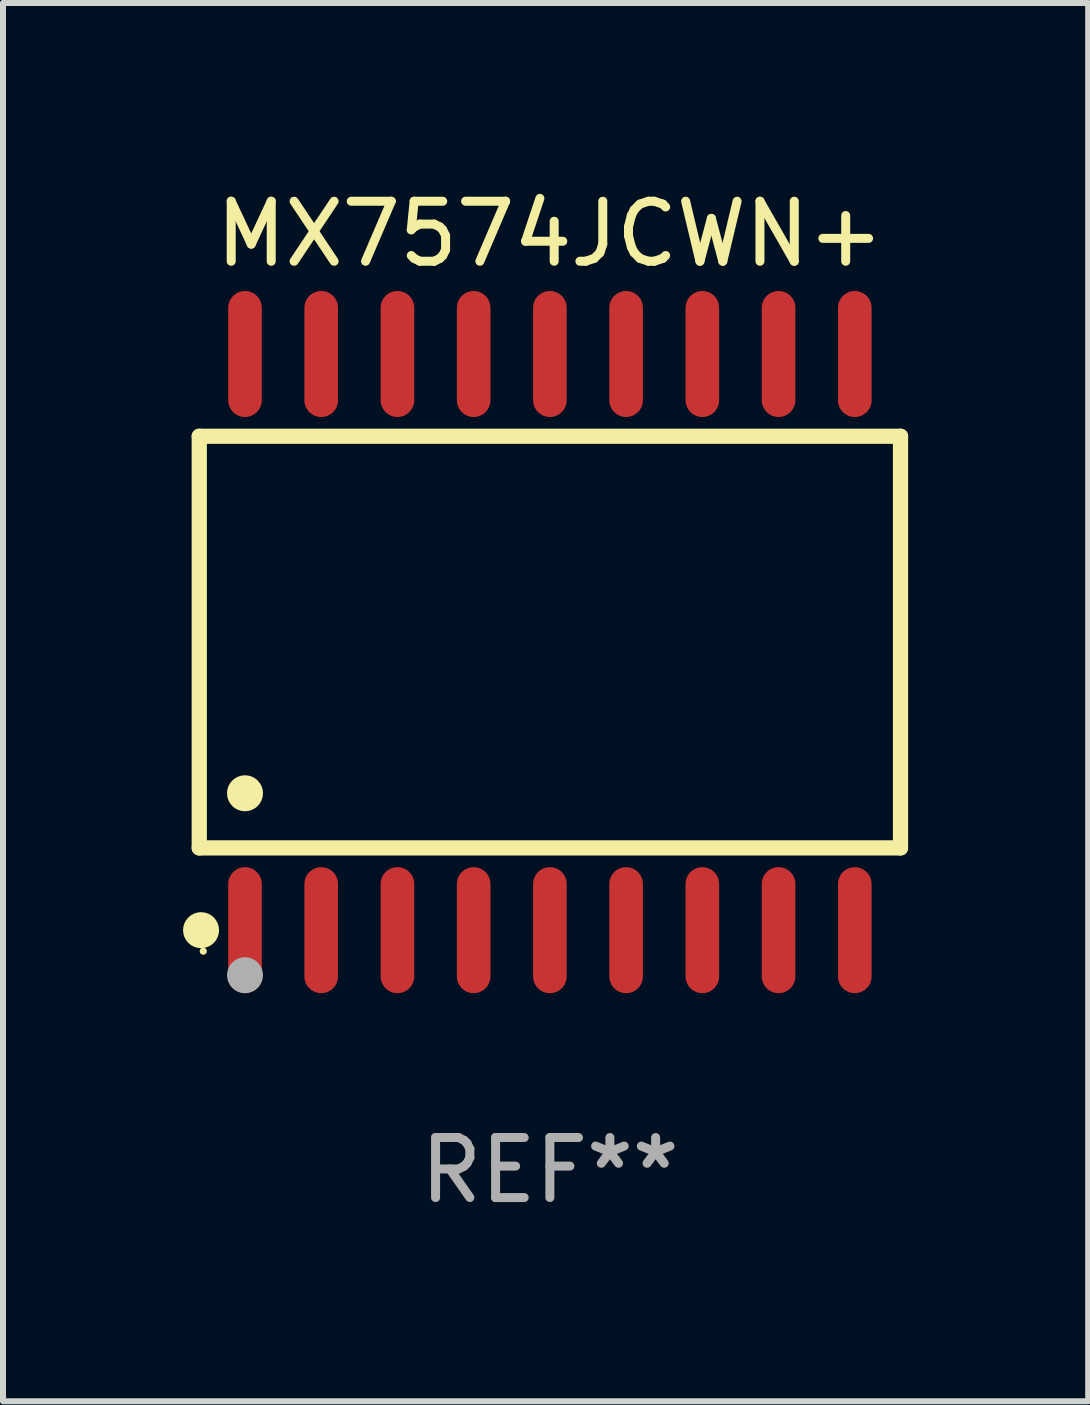
<source format=kicad_pcb>
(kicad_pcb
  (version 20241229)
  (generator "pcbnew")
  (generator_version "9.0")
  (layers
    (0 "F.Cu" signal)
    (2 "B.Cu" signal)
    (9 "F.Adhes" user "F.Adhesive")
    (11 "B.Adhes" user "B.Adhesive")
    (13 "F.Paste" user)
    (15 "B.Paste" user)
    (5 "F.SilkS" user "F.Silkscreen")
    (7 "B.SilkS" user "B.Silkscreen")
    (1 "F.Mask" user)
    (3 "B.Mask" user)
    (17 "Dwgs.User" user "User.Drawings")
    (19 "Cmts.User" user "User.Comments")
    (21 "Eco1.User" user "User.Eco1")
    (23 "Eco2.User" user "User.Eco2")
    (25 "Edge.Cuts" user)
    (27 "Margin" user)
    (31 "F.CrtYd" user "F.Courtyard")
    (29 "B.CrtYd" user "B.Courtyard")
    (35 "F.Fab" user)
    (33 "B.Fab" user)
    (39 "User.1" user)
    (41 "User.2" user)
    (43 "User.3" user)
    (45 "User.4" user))
  (footprint "MX7574JCWN+"
    (layer "F.Cu")
    (at 6.112 7.648)
    (property "Reference" "MX7574JCWN+" (at 0 -6.8 0) (layer "F.SilkS") (effects (font (size 1 1) (thickness 0.15))))
    (attr through_hole)
    (fp_line (start -5.842 -3.429) (end -5.842 3.429) (stroke (width 0.254) (type solid)) (layer "F.SilkS"))
    (fp_line (start -5.842 3.429) (end 5.842 3.429) (stroke (width 0.254) (type solid)) (layer "F.SilkS"))
    (fp_line (start 5.842 -3.429) (end -5.842 -3.429) (stroke (width 0.254) (type solid)) (layer "F.SilkS"))
    (fp_line (start 5.842 3.429) (end 5.842 -3.429) (stroke (width 0.254) (type solid)) (layer "F.SilkS"))
    (fp_circle (center -5.812 4.8) (end -5.662 4.8) (stroke (width 0.3) (type solid)) (fill no) (layer "F.SilkS"))
    (fp_circle (center -5.775 5.15) (end -5.745 5.15) (stroke (width 0.06) (type solid)) (fill no) (layer "F.SilkS"))
    (fp_circle (center -5.08 2.519) (end -4.93 2.519) (stroke (width 0.3) (type solid)) (fill no) (layer "F.SilkS"))
    (fp_circle (center -5.08 5.55) (end -4.93 5.55) (stroke (width 0.3) (type solid)) (fill no) (layer "F.Fab"))
    (fp_text user "REF**" (at 0 8.8 0) (layer "F.Fab") (effects (font (size 1 1) (thickness 0.15))))
    (pad "1" smd oval (at -5.08 4.8) (size 0.56 2.1) (layers "F.Cu" "F.Mask" "F.Paste"))
    (pad "2" smd oval (at -3.81 4.8) (size 0.56 2.1) (layers "F.Cu" "F.Mask" "F.Paste"))
    (pad "3" smd oval (at -2.54 4.8) (size 0.56 2.1) (layers "F.Cu" "F.Mask" "F.Paste"))
    (pad "4" smd oval (at -1.27 4.8) (size 0.56 2.1) (layers "F.Cu" "F.Mask" "F.Paste"))
    (pad "5" smd oval (at 0 4.8) (size 0.56 2.1) (layers "F.Cu" "F.Mask" "F.Paste"))
    (pad "6" smd oval (at 1.27 4.8) (size 0.56 2.1) (layers "F.Cu" "F.Mask" "F.Paste"))
    (pad "7" smd oval (at 2.54 4.8) (size 0.56 2.1) (layers "F.Cu" "F.Mask" "F.Paste"))
    (pad "8" smd oval (at 3.81 4.8) (size 0.56 2.1) (layers "F.Cu" "F.Mask" "F.Paste"))
    (pad "9" smd oval (at 5.08 4.8) (size 0.56 2.1) (layers "F.Cu" "F.Mask" "F.Paste"))
    (pad "10" smd oval (at 5.08 -4.8) (size 0.56 2.1) (layers "F.Cu" "F.Mask" "F.Paste"))
    (pad "11" smd oval (at 3.81 -4.8) (size 0.56 2.1) (layers "F.Cu" "F.Mask" "F.Paste"))
    (pad "12" smd oval (at 2.54 -4.8) (size 0.56 2.1) (layers "F.Cu" "F.Mask" "F.Paste"))
    (pad "13" smd oval (at 1.27 -4.8) (size 0.56 2.1) (layers "F.Cu" "F.Mask" "F.Paste"))
    (pad "14" smd oval (at 0 -4.8) (size 0.56 2.1) (layers "F.Cu" "F.Mask" "F.Paste"))
    (pad "15" smd oval (at -1.27 -4.8) (size 0.56 2.1) (layers "F.Cu" "F.Mask" "F.Paste"))
    (pad "16" smd oval (at -2.54 -4.8) (size 0.56 2.1) (layers "F.Cu" "F.Mask" "F.Paste"))
    (pad "17" smd oval (at -3.81 -4.8) (size 0.56 2.1) (layers "F.Cu" "F.Mask" "F.Paste"))
    (pad "18" smd oval (at -5.08 -4.8) (size 0.56 2.1) (layers "F.Cu" "F.Mask" "F.Paste")))
  (gr_rect
    (start -3 -3)
    (end 15.081 20.297)
    (stroke (width 0.1) (type default))
    (fill no)
    (layer "Edge.Cuts")))
</source>
